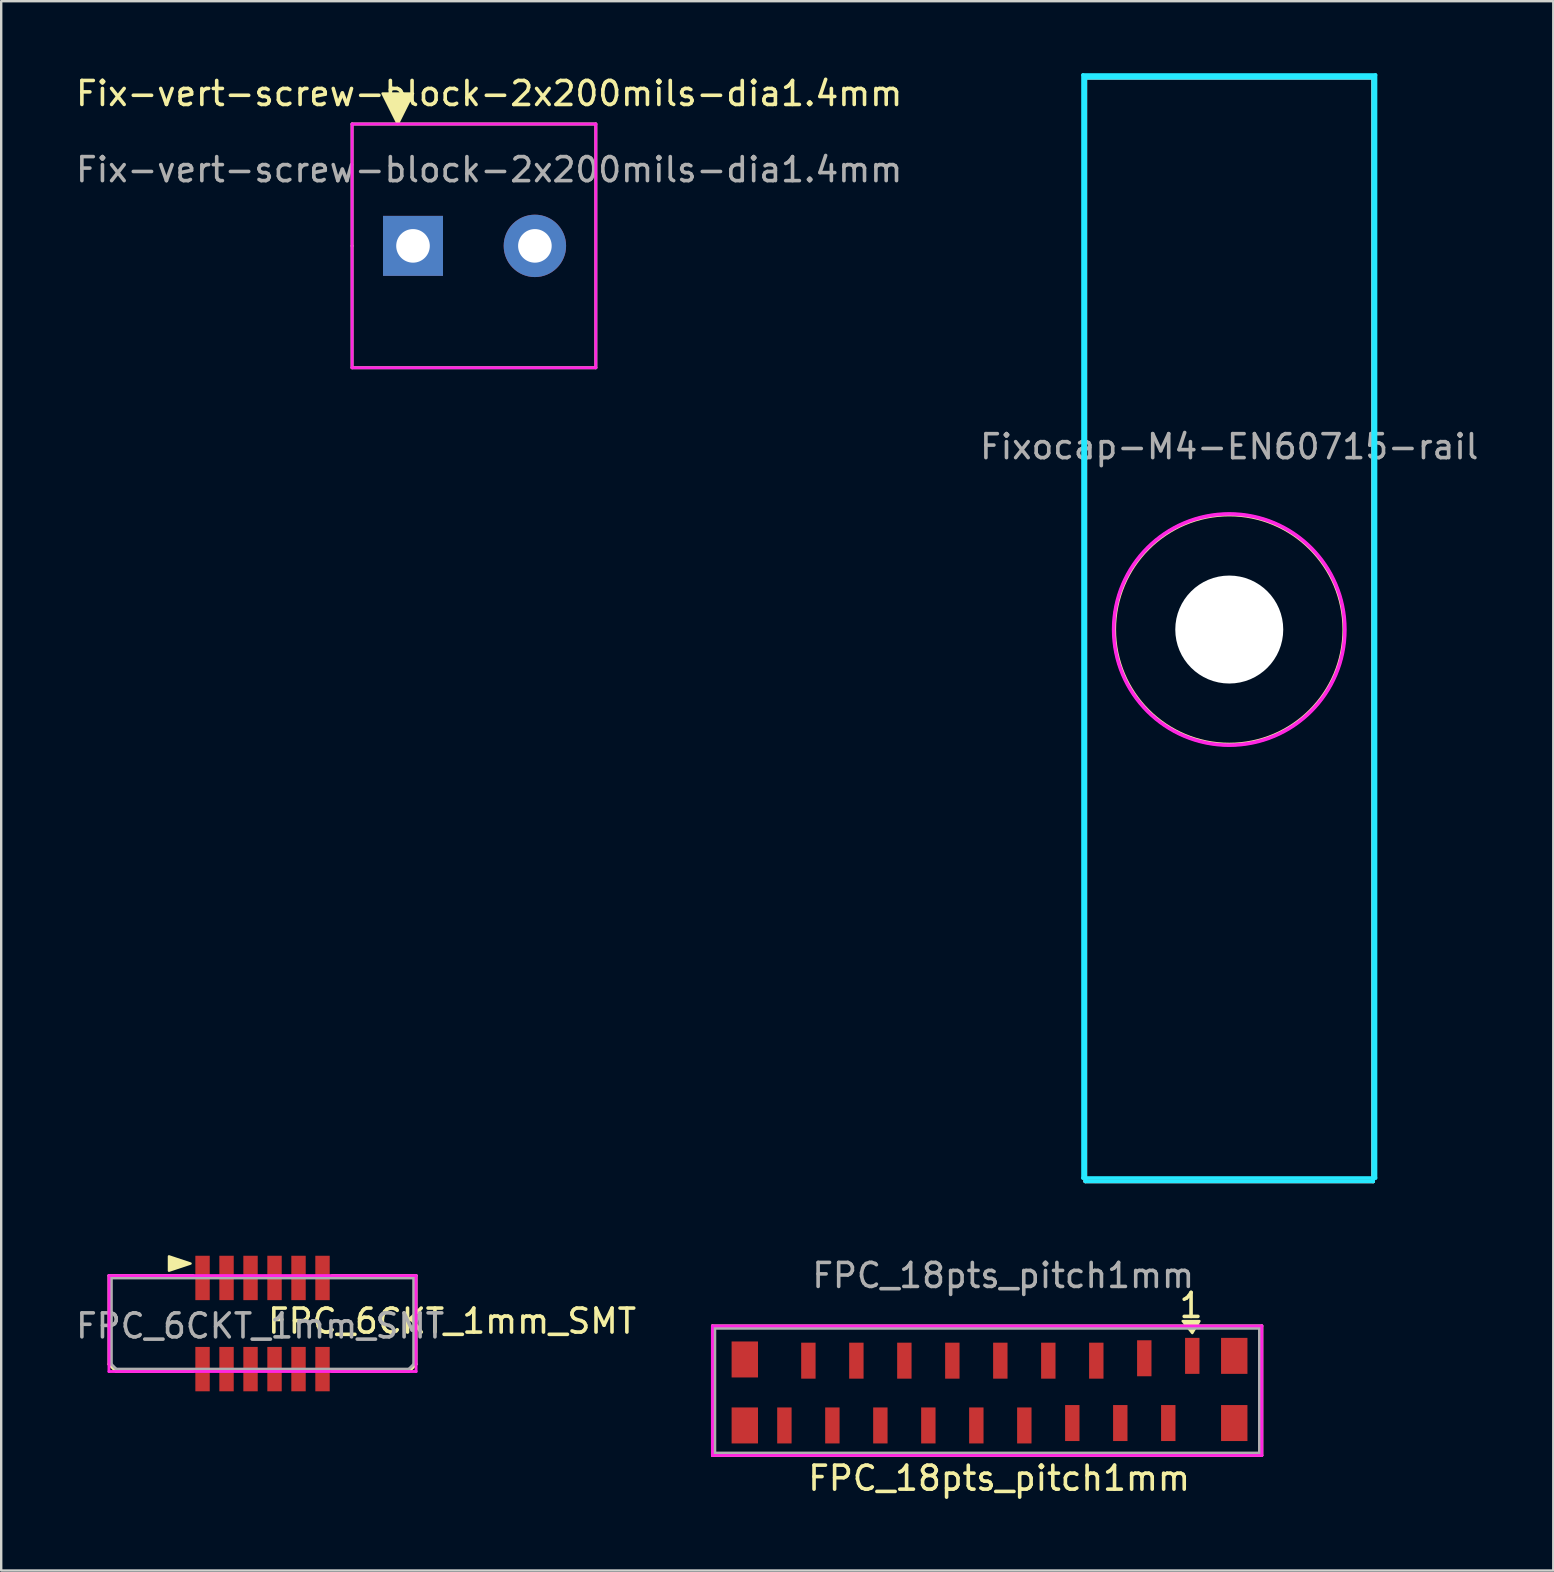
<source format=kicad_pcb>
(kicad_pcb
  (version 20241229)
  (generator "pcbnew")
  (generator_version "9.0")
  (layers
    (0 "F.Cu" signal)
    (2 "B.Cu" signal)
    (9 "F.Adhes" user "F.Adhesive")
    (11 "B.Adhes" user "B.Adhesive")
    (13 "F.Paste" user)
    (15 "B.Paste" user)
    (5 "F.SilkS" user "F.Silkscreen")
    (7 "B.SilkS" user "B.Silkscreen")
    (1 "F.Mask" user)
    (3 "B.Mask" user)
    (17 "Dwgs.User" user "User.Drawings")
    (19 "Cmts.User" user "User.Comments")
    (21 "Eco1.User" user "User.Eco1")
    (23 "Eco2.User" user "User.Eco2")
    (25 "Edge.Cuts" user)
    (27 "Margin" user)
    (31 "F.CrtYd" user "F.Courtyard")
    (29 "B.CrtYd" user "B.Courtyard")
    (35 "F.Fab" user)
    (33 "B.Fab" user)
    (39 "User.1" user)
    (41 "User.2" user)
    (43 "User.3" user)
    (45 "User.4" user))
  (footprint "Fixocap-M4-EN60715-rail"
    (layer "F.Cu")
    (at 48.185 23.189)
    (property "Reference" "Fixocap-M4-EN60715-rail" (at 0 -7.62 0) (layer "F.Fab") (effects (font (size 1 1) (thickness 0.15))))
    (attr through_hole)
    (fp_circle (center 0 0) (end 4.792 0) (stroke (width 0.15) (type solid)) (fill no) (layer "F.SilkS"))
    (fp_line (start -6 -23) (end 6 -23) (stroke (width 0.15) (type solid)) (layer "B.SilkS"))
    (fp_line (start -6 23) (end -6 -23) (stroke (width 0.15) (type solid)) (layer "B.SilkS"))
    (fp_line (start 6 -23) (end 6 23) (stroke (width 0.15) (type solid)) (layer "B.SilkS"))
    (fp_line (start 6 -23) (end 6 23) (stroke (width 0.15) (type solid)) (layer "B.SilkS"))
    (fp_line (start 6 23) (end -6 23) (stroke (width 0.15) (type solid)) (layer "B.SilkS"))
    (fp_line (start -6.096 -23.114) (end 6.096 -23.114) (stroke (width 0.15) (type solid)) (layer "B.CrtYd"))
    (fp_line (start -6.096 22.86) (end -6.096 -23.114) (stroke (width 0.15) (type solid)) (layer "B.CrtYd"))
    (fp_line (start -6 -23) (end 6 -23) (stroke (width 0.15) (type solid)) (layer "B.CrtYd"))
    (fp_line (start -6 23) (end -6 -23) (stroke (width 0.15) (type solid)) (layer "B.CrtYd"))
    (fp_line (start 6 -23) (end 6 23) (stroke (width 0.15) (type solid)) (layer "B.CrtYd"))
    (fp_line (start 6 23) (end -6 23) (stroke (width 0.15) (type solid)) (layer "B.CrtYd"))
    (fp_line (start 6.096 -23.114) (end 6.096 22.86) (stroke (width 0.15) (type solid)) (layer "B.CrtYd"))
    (fp_line (start 6.096 22.86) (end -6.096 22.86) (stroke (width 0.15) (type solid)) (layer "B.CrtYd"))
    (fp_circle (center 0 0) (end 4.819 0) (stroke (width 0.15) (type solid)) (fill no) (layer "F.CrtYd"))
    (fp_line (start -6 -23) (end 6 -23) (stroke (width 0.15) (type solid)) (layer "F.Fab"))
    (fp_line (start -6 23) (end -6 -23) (stroke (width 0.15) (type solid)) (layer "F.Fab"))
    (fp_line (start 6 -23) (end 6 23) (stroke (width 0.15) (type solid)) (layer "F.Fab"))
    (fp_line (start 6 23) (end -6 23) (stroke (width 0.15) (type solid)) (layer "F.Fab"))
    (pad "" np_thru_hole circle (at 0 0) (size 4.5 4.5) (drill 4.5) (layers "*.Cu" "*.Mask")))
  (footprint "Fix-vert-screw-block-2x200mils-dia1.4mm"
    (layer "F.Cu")
    (at 14.164 7.198)
    (property "Reference" "Fix-vert-screw-block-2x200mils-dia1.4mm" (at 3.175 -6.35 0) (layer "F.SilkS") (effects (font (size 1 1) (thickness 0.15))))
    (attr through_hole)
    (fp_line (start -2.54 -5.08) (end 7.62 -5.08) (stroke (width 0.12) (type solid)) (layer "F.SilkS"))
    (fp_line (start -2.54 0) (end -2.54 -5.08) (stroke (width 0.12) (type solid)) (layer "F.SilkS"))
    (fp_line (start -2.54 5.08) (end -2.54 0) (stroke (width 0.12) (type solid)) (layer "F.SilkS"))
    (fp_line (start 7.62 -5.08) (end 7.62 5.08) (stroke (width 0.12) (type solid)) (layer "F.SilkS"))
    (fp_line (start 7.62 5.08) (end -2.54 5.08) (stroke (width 0.12) (type solid)) (layer "F.SilkS"))
    (fp_poly (pts (xy -0.635 -5.08) (xy -1.27 -6.35) (xy 0 -6.35)) (stroke (width 0.1) (type solid)) (fill yes) (layer "F.SilkS"))
    (fp_line (start -2.54 -5.08) (end 7.62 -5.08) (stroke (width 0.12) (type solid)) (layer "F.CrtYd"))
    (fp_line (start -2.54 5.08) (end -2.54 -5.08) (stroke (width 0.12) (type solid)) (layer "F.CrtYd"))
    (fp_line (start 7.62 -5.08) (end 7.62 5.08) (stroke (width 0.12) (type solid)) (layer "F.CrtYd"))
    (fp_line (start 7.62 5.08) (end -2.54 5.08) (stroke (width 0.12) (type solid)) (layer "F.CrtYd"))
    (fp_text user "${REFERENCE}" (at 3.175 -3.175 0) (layer "F.Fab") (effects (font (size 1 1) (thickness 0.15))))
    (pad "1" thru_hole rect (at 0 0) (size 2.5 2.5) (drill 1.4) (layers "*.Cu" "*.Mask"))
    (pad "2" thru_hole circle (at 5.08 0) (size 2.6 2.6) (drill 1.4) (layers "*.Cu" "*.Mask")))
  (footprint "FPC_18pts_pitch1mm"
    (layer "F.Cu")
    (at 38.143 55.012)
    (property "Reference" "FPC_18pts_pitch1mm" (at 0.45 3.55 0) (layer "F.SilkS") (effects (font (size 1 1) (thickness 0.15))))
    (attr smd)
    (fp_line (start -11.5 -2.8) (end 11.4 -2.8) (stroke (width 0.12) (type solid)) (layer "F.SilkS"))
    (fp_line (start -11.5 2.6) (end -11.5 -2.8) (stroke (width 0.12) (type solid)) (layer "F.SilkS"))
    (fp_line (start 11.4 -2.8) (end 11.4 2.6) (stroke (width 0.12) (type solid)) (layer "F.SilkS"))
    (fp_line (start 11.4 2.6) (end -11.5 2.6) (stroke (width 0.12) (type solid)) (layer "F.SilkS"))
    (fp_poly (pts (xy 8.5 -2.5) (xy 8.1 -3) (xy 8.8 -3)) (stroke (width 0.1) (type solid)) (fill yes) (layer "F.SilkS"))
    (fp_line (start -11.5 -2.8) (end 11.4 -2.8) (stroke (width 0.12) (type solid)) (layer "F.CrtYd"))
    (fp_line (start -11.5 2.6) (end -11.5 -2.8) (stroke (width 0.12) (type solid)) (layer "F.CrtYd"))
    (fp_line (start 11.4 -2.8) (end 11.4 2.6) (stroke (width 0.12) (type solid)) (layer "F.CrtYd"))
    (fp_line (start 11.4 2.6) (end -11.5 2.6) (stroke (width 0.12) (type solid)) (layer "F.CrtYd"))
    (fp_line (start -11.4 -2.7) (end 11.3 -2.7) (stroke (width 0.12) (type solid)) (layer "F.Fab"))
    (fp_line (start -11.4 2.5) (end -11.4 -2.7) (stroke (width 0.12) (type solid)) (layer "F.Fab"))
    (fp_line (start 11.3 -2.7) (end 11.3 2.5) (stroke (width 0.12) (type solid)) (layer "F.Fab"))
    (fp_line (start 11.3 2.5) (end -11.4 2.5) (stroke (width 0.12) (type solid)) (layer "F.Fab"))
    (fp_text user "1" (at 8.45 -3.65 0) (layer "F.SilkS") (effects (font (size 1 1) (thickness 0.15))))
    (fp_text user "${REFERENCE}" (at 0.62 -4.9 0) (layer "F.Fab") (effects (font (size 1 1) (thickness 0.15))))
    (pad "0" smd rect (at -10.15 -1.4) (size 1.1 1.5) (layers "F.Cu" "F.Mask" "F.Paste"))
    (pad "0" smd rect (at -10.15 1.35) (size 1.1 1.5) (layers "F.Cu" "F.Mask" "F.Paste"))
    (pad "0" smd rect (at 10.25 -1.55) (size 1.1 1.5) (layers "F.Cu" "F.Mask" "F.Paste"))
    (pad "0" smd rect (at 10.25 1.25) (size 1.1 1.5) (layers "F.Cu" "F.Mask" "F.Paste"))
    (pad "1" smd rect (at 8.5 -1.55) (size 0.6 1.5) (layers "F.Cu" "F.Mask" "F.Paste"))
    (pad "2" smd rect (at 7.5 1.25) (size 0.6 1.5) (layers "F.Cu" "F.Mask" "F.Paste"))
    (pad "3" smd rect (at 6.5 -1.45) (size 0.6 1.5) (layers "F.Cu" "F.Mask" "F.Paste"))
    (pad "4" smd rect (at 5.5 1.25) (size 0.6 1.5) (layers "F.Cu" "F.Mask" "F.Paste"))
    (pad "5" smd rect (at 4.5 -1.35) (size 0.6 1.5) (layers "F.Cu" "F.Mask" "F.Paste"))
    (pad "6" smd rect (at 3.5 1.25) (size 0.6 1.5) (layers "F.Cu" "F.Mask" "F.Paste"))
    (pad "7" smd rect (at 2.5 -1.35) (size 0.6 1.5) (layers "F.Cu" "F.Mask" "F.Paste"))
    (pad "8" smd rect (at 1.5 1.35) (size 0.6 1.5) (layers "F.Cu" "F.Mask" "F.Paste"))
    (pad "9" smd rect (at 0.5 -1.35) (size 0.6 1.5) (layers "F.Cu" "F.Mask" "F.Paste"))
    (pad "10" smd rect (at -0.5 1.35) (size 0.6 1.5) (layers "F.Cu" "F.Mask" "F.Paste"))
    (pad "11" smd rect (at -1.5 -1.35) (size 0.6 1.5) (layers "F.Cu" "F.Mask" "F.Paste"))
    (pad "12" smd rect (at -2.5 1.35) (size 0.6 1.5) (layers "F.Cu" "F.Mask" "F.Paste"))
    (pad "13" smd rect (at -3.5 -1.35) (size 0.6 1.5) (layers "F.Cu" "F.Mask" "F.Paste"))
    (pad "14" smd rect (at -4.5 1.35) (size 0.6 1.5) (layers "F.Cu" "F.Mask" "F.Paste"))
    (pad "15" smd rect (at -5.5 -1.35) (size 0.6 1.5) (layers "F.Cu" "F.Mask" "F.Paste"))
    (pad "16" smd rect (at -6.5 1.35) (size 0.6 1.5) (layers "F.Cu" "F.Mask" "F.Paste"))
    (pad "17" smd rect (at -7.5 -1.35) (size 0.6 1.5) (layers "F.Cu" "F.Mask" "F.Paste"))
    (pad "18" smd rect (at -8.5 1.35) (size 0.6 1.5) (layers "F.Cu" "F.Mask" "F.Paste")))
  (footprint "FPC_6CKT_1mm_SMT"
    (layer "F.Cu")
    (at 7.892 52.114)
    (property "Reference" "FPC_6CKT_1mm_SMT" (at 7.9 -0.1 0) (layer "F.SilkS") (effects (font (size 1 1) (thickness 0.15))))
    (attr smd)
    (fp_line (start -6.4 -2) (end -6.4 1.7) (stroke (width 0.12) (type solid)) (layer "F.SilkS"))
    (fp_line (start -6.4 -2) (end -2.9 -2) (stroke (width 0.12) (type solid)) (layer "F.SilkS"))
    (fp_line (start -6.4 1.7) (end -6.1 2) (stroke (width 0.12) (type solid)) (layer "F.SilkS"))
    (fp_line (start -6.1 2) (end -2.9 2) (stroke (width 0.12) (type solid)) (layer "F.SilkS"))
    (fp_line (start 2.9 -2) (end 6.4 -2) (stroke (width 0.12) (type solid)) (layer "F.SilkS"))
    (fp_line (start 6.1 2) (end 2.9 2) (stroke (width 0.12) (type solid)) (layer "F.SilkS"))
    (fp_line (start 6.4 -2) (end 6.4 1.7) (stroke (width 0.12) (type solid)) (layer "F.SilkS"))
    (fp_line (start 6.4 1.7) (end 6.1 2) (stroke (width 0.12) (type solid)) (layer "F.SilkS"))
    (fp_poly (pts (xy -3 -2.5) (xy -3.9 -2.2) (xy -3.9 -2.8)) (stroke (width 0.1) (type solid)) (fill yes) (layer "F.SilkS"))
    (fp_line (start -6.4 -2) (end 6.4 -2) (stroke (width 0.12) (type solid)) (layer "F.CrtYd"))
    (fp_line (start -6.4 2) (end -6.4 -2) (stroke (width 0.12) (type solid)) (layer "F.CrtYd"))
    (fp_line (start 6.4 -2) (end 6.4 2) (stroke (width 0.12) (type solid)) (layer "F.CrtYd"))
    (fp_line (start 6.4 2) (end -6.4 2) (stroke (width 0.12) (type solid)) (layer "F.CrtYd"))
    (fp_line (start -6.3 -1.9) (end 6.3 -1.9) (stroke (width 0.12) (type solid)) (layer "F.Fab"))
    (fp_line (start -6.3 1.7) (end -6.3 -1.9) (stroke (width 0.12) (type solid)) (layer "F.Fab"))
    (fp_line (start -6.1 1.9) (end -6.3 1.7) (stroke (width 0.12) (type solid)) (layer "F.Fab"))
    (fp_line (start 6.1 1.9) (end -6.1 1.9) (stroke (width 0.12) (type solid)) (layer "F.Fab"))
    (fp_line (start 6.3 -1.9) (end 6.3 1.7) (stroke (width 0.12) (type solid)) (layer "F.Fab"))
    (fp_line (start 6.3 1.7) (end 6.1 1.9) (stroke (width 0.12) (type solid)) (layer "F.Fab"))
    (fp_text user "${REFERENCE}" (at -0.1 0.1 0) (layer "F.Fab") (effects (font (size 1 1) (thickness 0.15))))
    (pad "1a" smd rect (at -2.5 -1.9) (size 0.6 1.85) (layers "F.Cu" "F.Mask" "F.Paste"))
    (pad "1b" smd rect (at -2.5 1.9) (size 0.6 1.85) (layers "F.Cu" "F.Mask" "F.Paste"))
    (pad "2a" smd rect (at -1.5 -1.9) (size 0.6 1.85) (layers "F.Cu" "F.Mask" "F.Paste"))
    (pad "2b" smd rect (at -1.5 1.9) (size 0.6 1.85) (layers "F.Cu" "F.Mask" "F.Paste"))
    (pad "3a" smd rect (at -0.5 -1.9) (size 0.6 1.85) (layers "F.Cu" "F.Mask" "F.Paste"))
    (pad "3b" smd rect (at -0.5 1.9) (size 0.6 1.85) (layers "F.Cu" "F.Mask" "F.Paste"))
    (pad "4a" smd rect (at 0.5 -1.9) (size 0.6 1.85) (layers "F.Cu" "F.Mask" "F.Paste"))
    (pad "4b" smd rect (at 0.5 1.9) (size 0.6 1.85) (layers "F.Cu" "F.Mask" "F.Paste"))
    (pad "5a" smd rect (at 1.5 -1.9) (size 0.6 1.85) (layers "F.Cu" "F.Mask" "F.Paste"))
    (pad "5b" smd rect (at 1.5 1.9) (size 0.6 1.85) (layers "F.Cu" "F.Mask" "F.Paste"))
    (pad "6a" smd rect (at 2.5 -1.9) (size 0.6 1.85) (layers "F.Cu" "F.Mask" "F.Paste"))
    (pad "6b" smd rect (at 2.5 1.9) (size 0.6 1.85) (layers "F.Cu" "F.Mask" "F.Paste")))
  (gr_rect
    (start -3 -3)
    (end 61.69 62.41)
    (stroke (width 0.1) (type default))
    (fill no)
    (layer "Edge.Cuts")))
</source>
